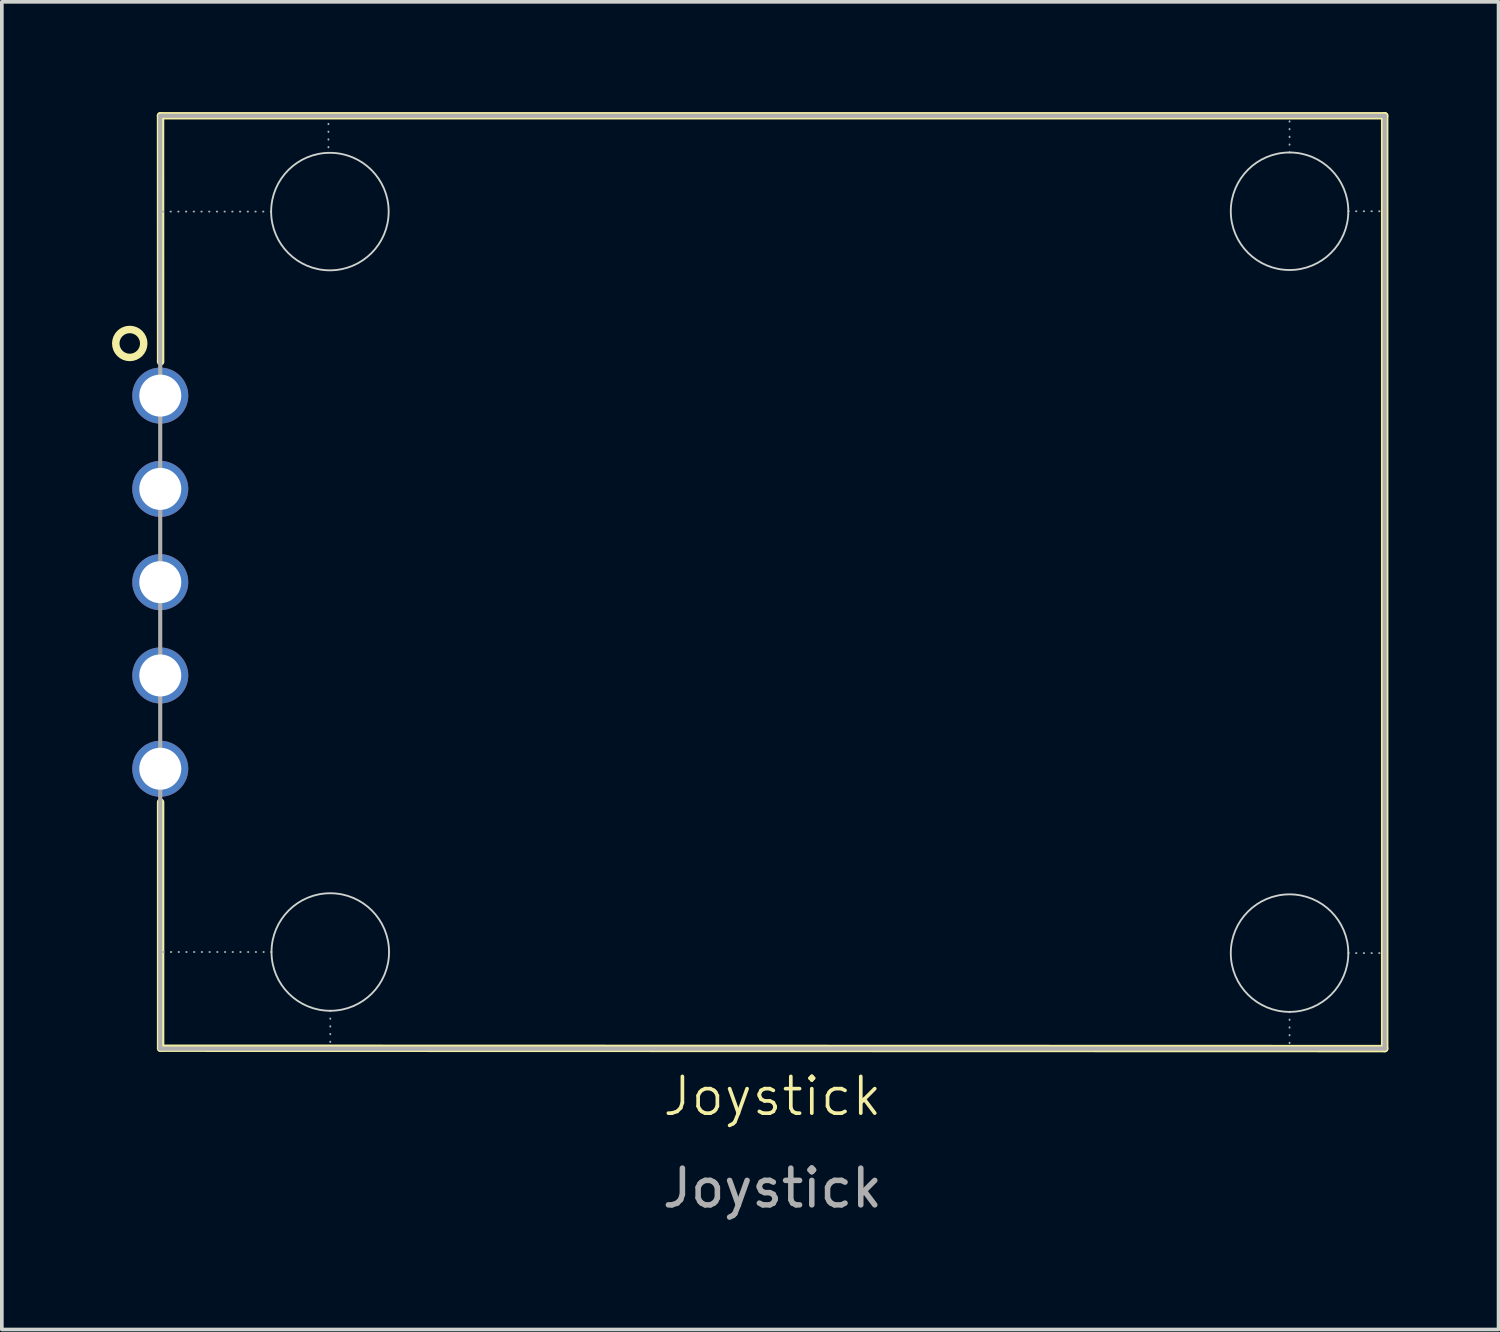
<source format=kicad_pcb>
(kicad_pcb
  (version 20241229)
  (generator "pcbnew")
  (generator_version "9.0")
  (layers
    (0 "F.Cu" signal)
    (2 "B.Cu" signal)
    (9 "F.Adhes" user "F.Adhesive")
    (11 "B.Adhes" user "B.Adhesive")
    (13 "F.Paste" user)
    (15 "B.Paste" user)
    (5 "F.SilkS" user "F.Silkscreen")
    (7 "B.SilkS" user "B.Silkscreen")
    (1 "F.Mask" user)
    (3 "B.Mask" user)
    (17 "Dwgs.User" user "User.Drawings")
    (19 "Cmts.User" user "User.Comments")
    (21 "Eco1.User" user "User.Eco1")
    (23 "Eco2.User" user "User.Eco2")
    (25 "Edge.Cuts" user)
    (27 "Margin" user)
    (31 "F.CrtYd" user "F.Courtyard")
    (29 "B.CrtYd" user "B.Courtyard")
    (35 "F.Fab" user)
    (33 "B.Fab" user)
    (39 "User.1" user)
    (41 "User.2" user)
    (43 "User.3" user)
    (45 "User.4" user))
  (footprint "Joystick"
    (layer "F.Cu")
    (at 17.983 12.802)
    (property "Reference" "Joystick" (at 0 14 0) (unlocked yes) (layer "F.SilkS") (effects (font (size 1 1) (thickness 0.1))))
    (attr smd)
    (fp_line (start -16.662 -12.7) (end -16.66 -6) (stroke (width 0.203) (type default)) (layer "F.SilkS"))
    (fp_line (start -16.662 -12.7) (end 16.67 -12.7) (stroke (width 0.203) (type default)) (layer "F.SilkS"))
    (fp_line (start -16.66 12.69) (end -16.66 5.99) (stroke (width 0.203) (type default)) (layer "F.SilkS"))
    (fp_line (start 16.67 -12.7) (end 16.67 12.7) (stroke (width 0.203) (type default)) (layer "F.SilkS"))
    (fp_line (start 16.67 12.7) (end -16.66 12.69) (stroke (width 0.203) (type default)) (layer "F.SilkS"))
    (fp_circle (center -17.5 -6.5) (end -17.119 -6.5) (stroke (width 0.203) (type default)) (fill no) (layer "F.SilkS"))
    (fp_circle (center -12.05 -10.091) (end -10.45 -10.091) (stroke (width 0.05) (type default)) (fill no) (layer "Edge.Cuts"))
    (fp_circle (center -12.04 10.07) (end -10.44 10.07) (stroke (width 0.05) (type default)) (fill no) (layer "Edge.Cuts"))
    (fp_circle (center 14.08 -10.1) (end 15.68 -10.1) (stroke (width 0.05) (type default)) (fill no) (layer "Edge.Cuts"))
    (fp_circle (center 14.08 10.1) (end 14.08 11.7) (stroke (width 0.05) (type default)) (fill no) (layer "Edge.Cuts"))
    (fp_line (start -16.669 -12.7) (end 16.669 -12.7) (stroke (width 0.102) (type default)) (layer "F.Fab"))
    (fp_line (start -16.669 -12.7) (end 16.669 -12.7) (stroke (width 0.102) (type default)) (layer "F.Fab"))
    (fp_line (start -16.669 12.7) (end -16.669 -12.7) (stroke (width 0.102) (type default)) (layer "F.Fab"))
    (fp_line (start -16.669 12.7) (end -16.669 -12.7) (stroke (width 0.102) (type default)) (layer "F.Fab"))
    (fp_line (start -16.669 12.7) (end 16.669 12.7) (stroke (width 0.102) (type default)) (layer "F.Fab"))
    (fp_line (start -13.65 -10.091) (end -16.65 -10.091) (stroke (width 0.05) (type dot)) (layer "F.Fab"))
    (fp_line (start -13.64 10.07) (end -16.64 10.07) (stroke (width 0.05) (type dot)) (layer "F.Fab"))
    (fp_line (start -12.09 -12.69) (end -12.09 -11.69) (stroke (width 0.05) (type dot)) (layer "F.Fab"))
    (fp_line (start -12.04 11.67) (end -12.04 12.67) (stroke (width 0.05) (type dot)) (layer "F.Fab"))
    (fp_line (start 14.08 -11.7) (end 14.08 -12.7) (stroke (width 0.05) (type dot)) (layer "F.Fab"))
    (fp_line (start 14.08 11.7) (end 14.08 12.7) (stroke (width 0.05) (type dot)) (layer "F.Fab"))
    (fp_line (start 15.68 -10.1) (end 16.68 -10.1) (stroke (width 0.05) (type dot)) (layer "F.Fab"))
    (fp_line (start 15.68 10.1) (end 16.68 10.1) (stroke (width 0.05) (type dot)) (layer "F.Fab"))
    (fp_line (start 16.669 -12.7) (end 16.669 12.7) (stroke (width 0.102) (type default)) (layer "F.Fab"))
    (fp_line (start 16.669 12.7) (end -16.669 12.7) (stroke (width 0.102) (type default)) (layer "F.Fab"))
    (fp_line (start 16.669 12.7) (end 16.669 -12.7) (stroke (width 0.102) (type default)) (layer "F.Fab"))
    (fp_text user "${REFERENCE}" (at 0 16.5 0) (unlocked yes) (layer "F.Fab") (effects (font (size 1 1) (thickness 0.15))))
    (pad "1" thru_hole circle (at -16.669 -5.08) (size 1.524 1.524) (drill 1.143) (layers "*.Cu" "*.Mask"))
    (pad "2" thru_hole circle (at -16.669 -2.54) (size 1.524 1.524) (drill 1.143) (layers "*.Cu" "*.Mask"))
    (pad "3" thru_hole circle (at -16.669 0) (size 1.524 1.524) (drill 1.143) (layers "*.Cu" "*.Mask"))
    (pad "4" thru_hole circle (at -16.669 2.54) (size 1.524 1.524) (drill 1.143) (layers "*.Cu" "*.Mask"))
    (pad "5" thru_hole circle (at -16.669 5.08) (size 1.524 1.524) (drill 1.143) (layers "*.Cu" "*.Mask")))
  (gr_rect
    (start -3 -3)
    (end 37.754 33.15)
    (stroke (width 0.1) (type default))
    (fill no)
    (layer "Edge.Cuts")))
</source>
